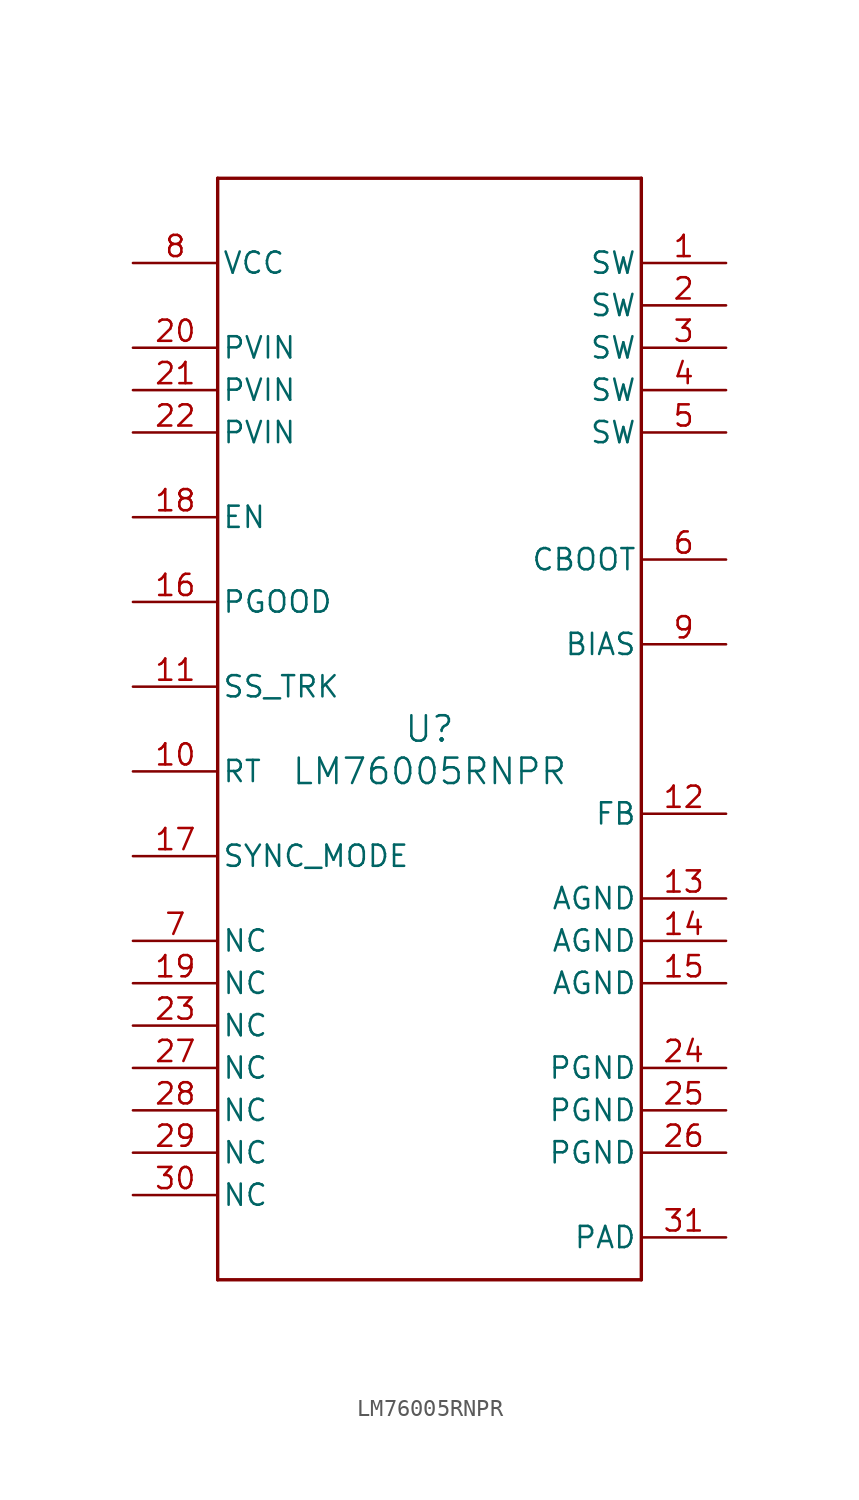
<source format=kicad_sym>
(kicad_symbol_lib
  (version 20211014)
  (generator kicad_symbol_editor)
  (symbol "LM76005RNPR"
    (pin_names
      (offset 0.254))
    (property "Reference" "U"
      (at 0 2.54 0)
      (effects (font (size 1.524 1.524))))
    (property "Value" "LM76005RNPR"
      (at 0 0 0)
      (effects (font (size 1.524 1.524))))
    (symbol "LM76005RNPR_0_1"
      (polyline (pts (xy -12.7 -30.48) (xy 12.7 -30.48)) (stroke (width 0.203) (type default) (color 0 0 0 0)) (fill (type none)))
      (polyline (pts (xy 12.7 -30.48) (xy 12.7 35.56)) (stroke (width 0.203) (type default) (color 0 0 0 0)) (fill (type none)))
      (polyline (pts (xy 12.7 35.56) (xy -12.7 35.56)) (stroke (width 0.203) (type default) (color 0 0 0 0)) (fill (type none)))
      (polyline (pts (xy -12.7 35.56) (xy -12.7 -30.48)) (stroke (width 0.203) (type default) (color 0 0 0 0)) (fill (type none)))
      (pin power_in line (at 17.78 30.48 180) (length 5.08) (name "SW" (effects (font (size 1.27 1.27)))) (number "1" (effects (font (size 1.27 1.27)))))
      (pin power_in line (at 17.78 27.94 180) (length 5.08) (name "SW" (effects (font (size 1.27 1.27)))) (number "2" (effects (font (size 1.27 1.27)))))
      (pin power_in line (at 17.78 25.4 180) (length 5.08) (name "SW" (effects (font (size 1.27 1.27)))) (number "3" (effects (font (size 1.27 1.27)))))
      (pin power_in line (at 17.78 22.86 180) (length 5.08) (name "SW" (effects (font (size 1.27 1.27)))) (number "4" (effects (font (size 1.27 1.27)))))
      (pin power_in line (at 17.78 20.32 180) (length 5.08) (name "SW" (effects (font (size 1.27 1.27)))) (number "5" (effects (font (size 1.27 1.27)))))
      (pin power_in line (at 17.78 12.7 180) (length 5.08) (name "CBOOT" (effects (font (size 1.27 1.27)))) (number "6" (effects (font (size 1.27 1.27)))))
      (pin unspecified line (at -17.78 -10.16 0) (length 5.08) (name "NC" (effects (font (size 1.27 1.27)))) (number "7" (effects (font (size 1.27 1.27)))))
      (pin power_in line (at -17.78 30.48 0) (length 5.08) (name "VCC" (effects (font (size 1.27 1.27)))) (number "8" (effects (font (size 1.27 1.27)))))
      (pin unspecified line (at 17.78 7.62 180) (length 5.08) (name "BIAS" (effects (font (size 1.27 1.27)))) (number "9" (effects (font (size 1.27 1.27)))))
      (pin input line (at -17.78 0 0) (length 5.08) (name "RT" (effects (font (size 1.27 1.27)))) (number "10" (effects (font (size 1.27 1.27)))))
      (pin input line (at -17.78 5.08 0) (length 5.08) (name "SS_TRK" (effects (font (size 1.27 1.27)))) (number "11" (effects (font (size 1.27 1.27)))))
      (pin input line (at 17.78 -2.54 180) (length 5.08) (name "FB" (effects (font (size 1.27 1.27)))) (number "12" (effects (font (size 1.27 1.27)))))
      (pin power_in line (at 17.78 -7.62 180) (length 5.08) (name "AGND" (effects (font (size 1.27 1.27)))) (number "13" (effects (font (size 1.27 1.27)))))
      (pin power_in line (at 17.78 -10.16 180) (length 5.08) (name "AGND" (effects (font (size 1.27 1.27)))) (number "14" (effects (font (size 1.27 1.27)))))
      (pin power_in line (at 17.78 -12.7 180) (length 5.08) (name "AGND" (effects (font (size 1.27 1.27)))) (number "15" (effects (font (size 1.27 1.27)))))
      (pin open_collector line (at -17.78 10.16 0) (length 5.08) (name "PGOOD" (effects (font (size 1.27 1.27)))) (number "16" (effects (font (size 1.27 1.27)))))
      (pin input line (at -17.78 -5.08 0) (length 5.08) (name "SYNC_MODE" (effects (font (size 1.27 1.27)))) (number "17" (effects (font (size 1.27 1.27)))))
      (pin input line (at -17.78 15.24 0) (length 5.08) (name "EN" (effects (font (size 1.27 1.27)))) (number "18" (effects (font (size 1.27 1.27)))))
      (pin unspecified line (at -17.78 -12.7 0) (length 5.08) (name "NC" (effects (font (size 1.27 1.27)))) (number "19" (effects (font (size 1.27 1.27)))))
      (pin power_in line (at -17.78 25.4 0) (length 5.08) (name "PVIN" (effects (font (size 1.27 1.27)))) (number "20" (effects (font (size 1.27 1.27)))))
      (pin power_in line (at -17.78 22.86 0) (length 5.08) (name "PVIN" (effects (font (size 1.27 1.27)))) (number "21" (effects (font (size 1.27 1.27)))))
      (pin power_in line (at -17.78 20.32 0) (length 5.08) (name "PVIN" (effects (font (size 1.27 1.27)))) (number "22" (effects (font (size 1.27 1.27)))))
      (pin unspecified line (at -17.78 -15.24 0) (length 5.08) (name "NC" (effects (font (size 1.27 1.27)))) (number "23" (effects (font (size 1.27 1.27)))))
      (pin power_in line (at 17.78 -17.78 180) (length 5.08) (name "PGND" (effects (font (size 1.27 1.27)))) (number "24" (effects (font (size 1.27 1.27)))))
      (pin power_in line (at 17.78 -20.32 180) (length 5.08) (name "PGND" (effects (font (size 1.27 1.27)))) (number "25" (effects (font (size 1.27 1.27)))))
      (pin power_in line (at 17.78 -22.86 180) (length 5.08) (name "PGND" (effects (font (size 1.27 1.27)))) (number "26" (effects (font (size 1.27 1.27)))))
      (pin unspecified line (at -17.78 -17.78 0) (length 5.08) (name "NC" (effects (font (size 1.27 1.27)))) (number "27" (effects (font (size 1.27 1.27)))))
      (pin unspecified line (at -17.78 -20.32 0) (length 5.08) (name "NC" (effects (font (size 1.27 1.27)))) (number "28" (effects (font (size 1.27 1.27)))))
      (pin unspecified line (at -17.78 -22.86 0) (length 5.08) (name "NC" (effects (font (size 1.27 1.27)))) (number "29" (effects (font (size 1.27 1.27)))))
      (pin unspecified line (at -17.78 -25.4 0) (length 5.08) (name "NC" (effects (font (size 1.27 1.27)))) (number "30" (effects (font (size 1.27 1.27)))))
      (pin power_in line (at 17.78 -27.94 180) (length 5.08) (name "PAD" (effects (font (size 1.27 1.27)))) (number "31" (effects (font (size 1.27 1.27))))))))
</source>
